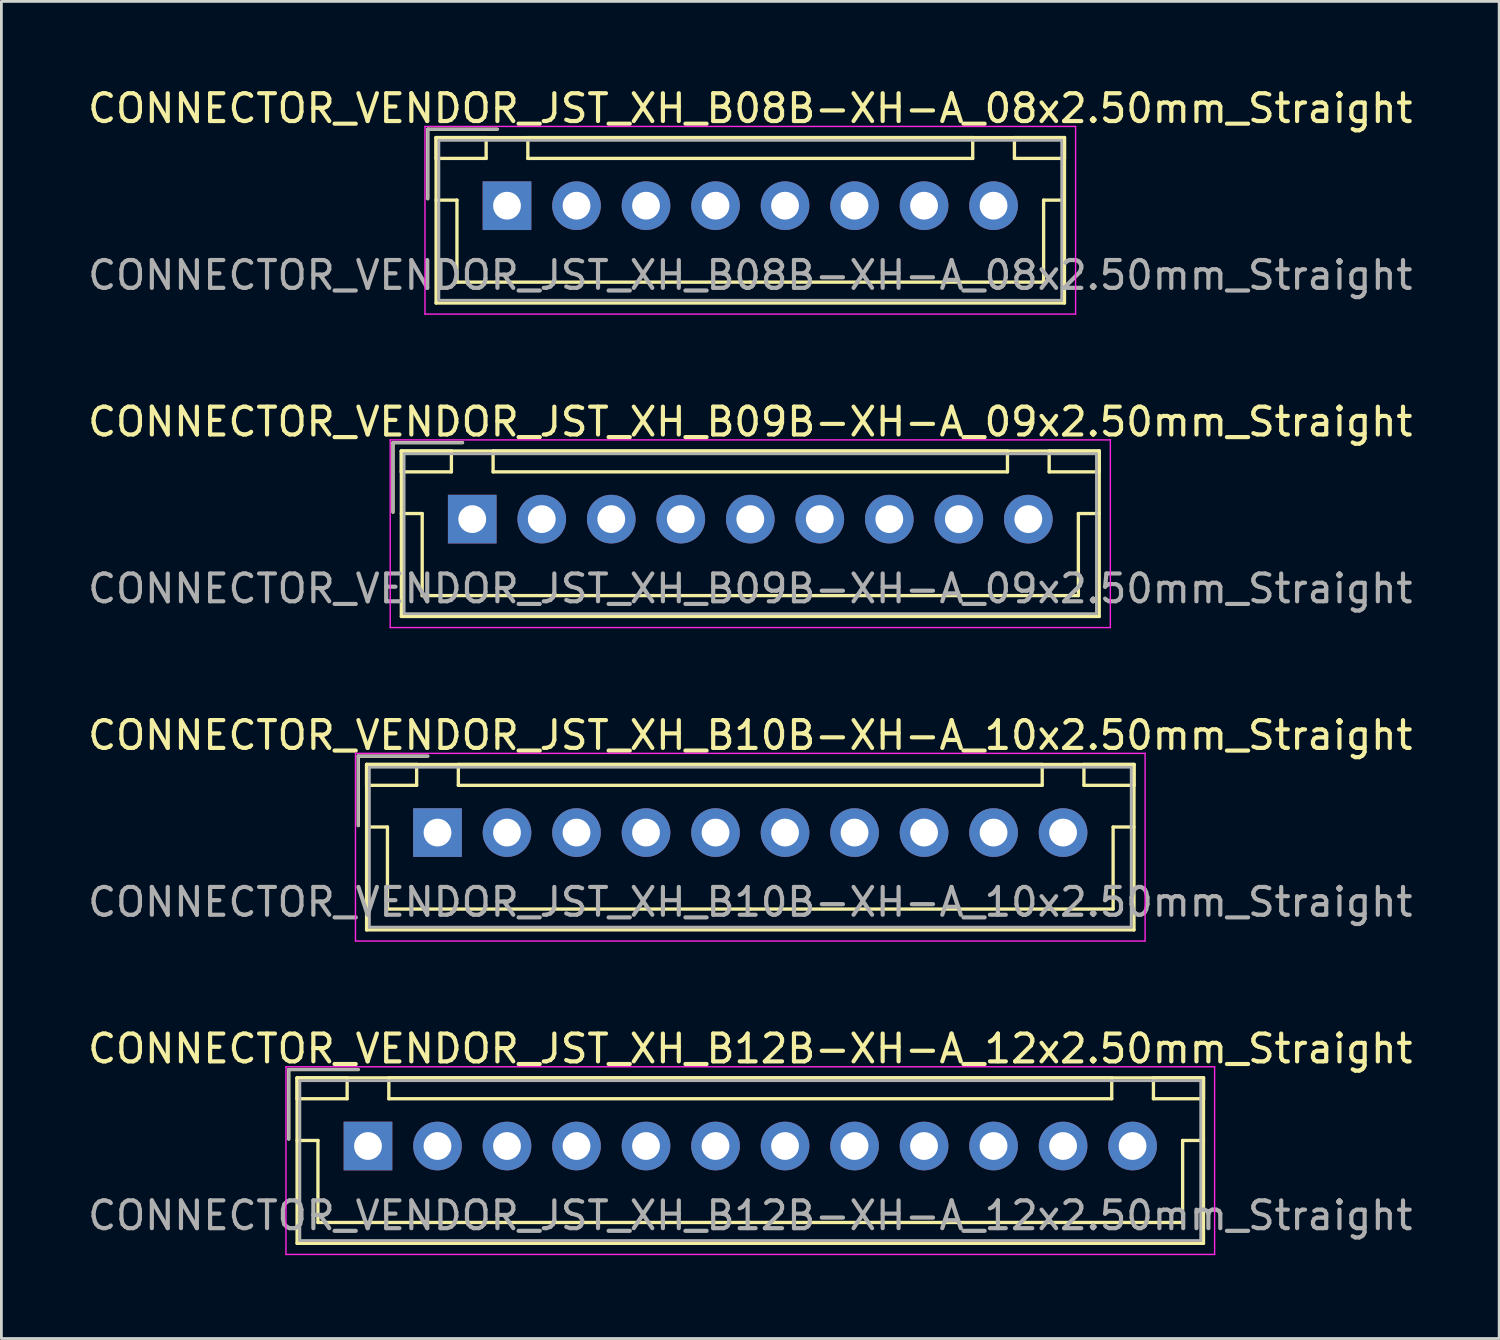
<source format=kicad_pcb>
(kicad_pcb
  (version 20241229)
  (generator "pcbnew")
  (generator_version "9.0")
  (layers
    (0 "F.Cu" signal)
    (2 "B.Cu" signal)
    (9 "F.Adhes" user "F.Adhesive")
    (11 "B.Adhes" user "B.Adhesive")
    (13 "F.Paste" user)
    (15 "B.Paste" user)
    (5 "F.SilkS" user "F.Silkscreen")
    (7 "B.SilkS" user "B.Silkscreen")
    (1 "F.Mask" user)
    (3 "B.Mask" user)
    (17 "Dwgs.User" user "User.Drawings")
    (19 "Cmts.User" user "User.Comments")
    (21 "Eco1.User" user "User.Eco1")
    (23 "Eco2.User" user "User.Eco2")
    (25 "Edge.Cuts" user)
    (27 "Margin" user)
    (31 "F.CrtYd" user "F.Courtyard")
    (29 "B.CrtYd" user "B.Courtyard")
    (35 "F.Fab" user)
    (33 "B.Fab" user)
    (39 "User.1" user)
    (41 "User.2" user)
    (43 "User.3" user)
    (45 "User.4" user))
  (footprint "CONNECTOR_VENDOR_JST_XH_B09B-XH-A_09x2.50mm_Straight"
    (layer "F.Cu")
    (at 13.935 15.621)
    (property "Reference" "CONNECTOR_VENDOR_JST_XH_B09B-XH-A_09x2.50mm_Straight" (at 10 -3.5 0) (layer "F.SilkS") (effects (font (size 1 1) (thickness 0.15))))
    (attr through_hole)
    (fp_line (start -2.85 -2.75) (end -2.85 -0.25) (stroke (width 0.12) (type solid)) (layer "F.SilkS"))
    (fp_line (start -2.55 -2.45) (end -2.55 -1.7) (stroke (width 0.12) (type solid)) (layer "F.SilkS"))
    (fp_line (start -2.55 -2.45) (end -2.55 3.5) (stroke (width 0.12) (type solid)) (layer "F.SilkS"))
    (fp_line (start -2.55 -1.7) (end -0.75 -1.7) (stroke (width 0.12) (type solid)) (layer "F.SilkS"))
    (fp_line (start -2.55 -0.2) (end -1.8 -0.2) (stroke (width 0.12) (type solid)) (layer "F.SilkS"))
    (fp_line (start -2.55 3.5) (end 22.55 3.5) (stroke (width 0.12) (type solid)) (layer "F.SilkS"))
    (fp_line (start -1.8 -0.2) (end -1.8 2.75) (stroke (width 0.12) (type solid)) (layer "F.SilkS"))
    (fp_line (start -1.8 2.75) (end 10 2.75) (stroke (width 0.12) (type solid)) (layer "F.SilkS"))
    (fp_line (start -0.75 -2.45) (end -2.55 -2.45) (stroke (width 0.12) (type solid)) (layer "F.SilkS"))
    (fp_line (start -0.75 -1.7) (end -0.75 -2.45) (stroke (width 0.12) (type solid)) (layer "F.SilkS"))
    (fp_line (start -0.35 -2.75) (end -2.85 -2.75) (stroke (width 0.12) (type solid)) (layer "F.SilkS"))
    (fp_line (start 0.75 -2.45) (end 0.75 -1.7) (stroke (width 0.12) (type solid)) (layer "F.SilkS"))
    (fp_line (start 0.75 -1.7) (end 19.25 -1.7) (stroke (width 0.12) (type solid)) (layer "F.SilkS"))
    (fp_line (start 19.25 -2.45) (end 0.75 -2.45) (stroke (width 0.12) (type solid)) (layer "F.SilkS"))
    (fp_line (start 19.25 -1.7) (end 19.25 -2.45) (stroke (width 0.12) (type solid)) (layer "F.SilkS"))
    (fp_line (start 20.75 -2.45) (end 20.75 -1.7) (stroke (width 0.12) (type solid)) (layer "F.SilkS"))
    (fp_line (start 20.75 -1.7) (end 22.55 -1.7) (stroke (width 0.12) (type solid)) (layer "F.SilkS"))
    (fp_line (start 21.8 -0.2) (end 21.8 2.75) (stroke (width 0.12) (type solid)) (layer "F.SilkS"))
    (fp_line (start 21.8 2.75) (end 10 2.75) (stroke (width 0.12) (type solid)) (layer "F.SilkS"))
    (fp_line (start 22.55 -2.45) (end -2.55 -2.45) (stroke (width 0.12) (type solid)) (layer "F.SilkS"))
    (fp_line (start 22.55 -2.45) (end 20.75 -2.45) (stroke (width 0.12) (type solid)) (layer "F.SilkS"))
    (fp_line (start 22.55 -1.7) (end 22.55 -2.45) (stroke (width 0.12) (type solid)) (layer "F.SilkS"))
    (fp_line (start 22.55 -0.2) (end 21.8 -0.2) (stroke (width 0.12) (type solid)) (layer "F.SilkS"))
    (fp_line (start 22.55 3.5) (end 22.55 -2.45) (stroke (width 0.12) (type solid)) (layer "F.SilkS"))
    (fp_line (start -2.95 -2.85) (end -2.95 3.9) (stroke (width 0.05) (type solid)) (layer "F.CrtYd"))
    (fp_line (start -2.95 3.9) (end 22.95 3.9) (stroke (width 0.05) (type solid)) (layer "F.CrtYd"))
    (fp_line (start 22.95 -2.85) (end -2.95 -2.85) (stroke (width 0.05) (type solid)) (layer "F.CrtYd"))
    (fp_line (start 22.95 3.9) (end 22.95 -2.85) (stroke (width 0.05) (type solid)) (layer "F.CrtYd"))
    (fp_line (start -2.85 -2.75) (end -2.85 -0.25) (stroke (width 0.1) (type solid)) (layer "F.Fab"))
    (fp_line (start -2.45 -2.35) (end -2.45 3.4) (stroke (width 0.1) (type solid)) (layer "F.Fab"))
    (fp_line (start -2.45 3.4) (end 22.45 3.4) (stroke (width 0.1) (type solid)) (layer "F.Fab"))
    (fp_line (start -0.35 -2.75) (end -2.85 -2.75) (stroke (width 0.1) (type solid)) (layer "F.Fab"))
    (fp_line (start 22.45 -2.35) (end -2.45 -2.35) (stroke (width 0.1) (type solid)) (layer "F.Fab"))
    (fp_line (start 22.45 3.4) (end 22.45 -2.35) (stroke (width 0.1) (type solid)) (layer "F.Fab"))
    (fp_text user "${REFERENCE}" (at 10 2.5 0) (layer "F.Fab") (effects (font (size 1 1) (thickness 0.15))))
    (pad "1" thru_hole rect (at 0 0) (size 1.75 1.75) (drill 1) (layers "*.Cu" "*.Mask"))
    (pad "2" thru_hole circle (at 2.5 0) (size 1.75 1.75) (drill 1) (layers "*.Cu" "*.Mask"))
    (pad "3" thru_hole circle (at 5 0) (size 1.75 1.75) (drill 1) (layers "*.Cu" "*.Mask"))
    (pad "4" thru_hole circle (at 7.5 0) (size 1.75 1.75) (drill 1) (layers "*.Cu" "*.Mask"))
    (pad "5" thru_hole circle (at 10 0) (size 1.75 1.75) (drill 1) (layers "*.Cu" "*.Mask"))
    (pad "6" thru_hole circle (at 12.5 0) (size 1.75 1.75) (drill 1) (layers "*.Cu" "*.Mask"))
    (pad "7" thru_hole circle (at 15 0) (size 1.75 1.75) (drill 1) (layers "*.Cu" "*.Mask"))
    (pad "8" thru_hole circle (at 17.5 0) (size 1.75 1.75) (drill 1) (layers "*.Cu" "*.Mask"))
    (pad "9" thru_hole circle (at 20 0) (size 1.75 1.75) (drill 1) (layers "*.Cu" "*.Mask")))
  (footprint "CONNECTOR_VENDOR_JST_XH_B08B-XH-A_08x2.50mm_Straight"
    (layer "F.Cu")
    (at 15.185 4.348)
    (property "Reference" "CONNECTOR_VENDOR_JST_XH_B08B-XH-A_08x2.50mm_Straight" (at 8.75 -3.5 0) (layer "F.SilkS") (effects (font (size 1 1) (thickness 0.15))))
    (attr through_hole)
    (fp_line (start -2.85 -2.75) (end -2.85 -0.25) (stroke (width 0.12) (type solid)) (layer "F.SilkS"))
    (fp_line (start -2.55 -2.45) (end -2.55 -1.7) (stroke (width 0.12) (type solid)) (layer "F.SilkS"))
    (fp_line (start -2.55 -2.45) (end -2.55 3.5) (stroke (width 0.12) (type solid)) (layer "F.SilkS"))
    (fp_line (start -2.55 -1.7) (end -0.75 -1.7) (stroke (width 0.12) (type solid)) (layer "F.SilkS"))
    (fp_line (start -2.55 -0.2) (end -1.8 -0.2) (stroke (width 0.12) (type solid)) (layer "F.SilkS"))
    (fp_line (start -2.55 3.5) (end 20.05 3.5) (stroke (width 0.12) (type solid)) (layer "F.SilkS"))
    (fp_line (start -1.8 -0.2) (end -1.8 2.75) (stroke (width 0.12) (type solid)) (layer "F.SilkS"))
    (fp_line (start -1.8 2.75) (end 8.75 2.75) (stroke (width 0.12) (type solid)) (layer "F.SilkS"))
    (fp_line (start -0.75 -2.45) (end -2.55 -2.45) (stroke (width 0.12) (type solid)) (layer "F.SilkS"))
    (fp_line (start -0.75 -1.7) (end -0.75 -2.45) (stroke (width 0.12) (type solid)) (layer "F.SilkS"))
    (fp_line (start -0.35 -2.75) (end -2.85 -2.75) (stroke (width 0.12) (type solid)) (layer "F.SilkS"))
    (fp_line (start 0.75 -2.45) (end 0.75 -1.7) (stroke (width 0.12) (type solid)) (layer "F.SilkS"))
    (fp_line (start 0.75 -1.7) (end 16.75 -1.7) (stroke (width 0.12) (type solid)) (layer "F.SilkS"))
    (fp_line (start 16.75 -2.45) (end 0.75 -2.45) (stroke (width 0.12) (type solid)) (layer "F.SilkS"))
    (fp_line (start 16.75 -1.7) (end 16.75 -2.45) (stroke (width 0.12) (type solid)) (layer "F.SilkS"))
    (fp_line (start 18.25 -2.45) (end 18.25 -1.7) (stroke (width 0.12) (type solid)) (layer "F.SilkS"))
    (fp_line (start 18.25 -1.7) (end 20.05 -1.7) (stroke (width 0.12) (type solid)) (layer "F.SilkS"))
    (fp_line (start 19.3 -0.2) (end 19.3 2.75) (stroke (width 0.12) (type solid)) (layer "F.SilkS"))
    (fp_line (start 19.3 2.75) (end 8.75 2.75) (stroke (width 0.12) (type solid)) (layer "F.SilkS"))
    (fp_line (start 20.05 -2.45) (end -2.55 -2.45) (stroke (width 0.12) (type solid)) (layer "F.SilkS"))
    (fp_line (start 20.05 -2.45) (end 18.25 -2.45) (stroke (width 0.12) (type solid)) (layer "F.SilkS"))
    (fp_line (start 20.05 -1.7) (end 20.05 -2.45) (stroke (width 0.12) (type solid)) (layer "F.SilkS"))
    (fp_line (start 20.05 -0.2) (end 19.3 -0.2) (stroke (width 0.12) (type solid)) (layer "F.SilkS"))
    (fp_line (start 20.05 3.5) (end 20.05 -2.45) (stroke (width 0.12) (type solid)) (layer "F.SilkS"))
    (fp_line (start -2.95 -2.85) (end -2.95 3.9) (stroke (width 0.05) (type solid)) (layer "F.CrtYd"))
    (fp_line (start -2.95 3.9) (end 20.45 3.9) (stroke (width 0.05) (type solid)) (layer "F.CrtYd"))
    (fp_line (start 20.45 -2.85) (end -2.95 -2.85) (stroke (width 0.05) (type solid)) (layer "F.CrtYd"))
    (fp_line (start 20.45 3.9) (end 20.45 -2.85) (stroke (width 0.05) (type solid)) (layer "F.CrtYd"))
    (fp_line (start -2.85 -2.75) (end -2.85 -0.25) (stroke (width 0.1) (type solid)) (layer "F.Fab"))
    (fp_line (start -2.45 -2.35) (end -2.45 3.4) (stroke (width 0.1) (type solid)) (layer "F.Fab"))
    (fp_line (start -2.45 3.4) (end 19.95 3.4) (stroke (width 0.1) (type solid)) (layer "F.Fab"))
    (fp_line (start -0.35 -2.75) (end -2.85 -2.75) (stroke (width 0.1) (type solid)) (layer "F.Fab"))
    (fp_line (start 19.95 -2.35) (end -2.45 -2.35) (stroke (width 0.1) (type solid)) (layer "F.Fab"))
    (fp_line (start 19.95 3.4) (end 19.95 -2.35) (stroke (width 0.1) (type solid)) (layer "F.Fab"))
    (fp_text user "${REFERENCE}" (at 8.75 2.5 0) (layer "F.Fab") (effects (font (size 1 1) (thickness 0.15))))
    (pad "1" thru_hole rect (at 0 0) (size 1.75 1.75) (drill 1) (layers "*.Cu" "*.Mask"))
    (pad "2" thru_hole circle (at 2.5 0) (size 1.75 1.75) (drill 1) (layers "*.Cu" "*.Mask"))
    (pad "3" thru_hole circle (at 5 0) (size 1.75 1.75) (drill 1) (layers "*.Cu" "*.Mask"))
    (pad "4" thru_hole circle (at 7.5 0) (size 1.75 1.75) (drill 1) (layers "*.Cu" "*.Mask"))
    (pad "5" thru_hole circle (at 10 0) (size 1.75 1.75) (drill 1) (layers "*.Cu" "*.Mask"))
    (pad "6" thru_hole circle (at 12.5 0) (size 1.75 1.75) (drill 1) (layers "*.Cu" "*.Mask"))
    (pad "7" thru_hole circle (at 15 0) (size 1.75 1.75) (drill 1) (layers "*.Cu" "*.Mask"))
    (pad "8" thru_hole circle (at 17.5 0) (size 1.75 1.75) (drill 1) (layers "*.Cu" "*.Mask")))
  (footprint "CONNECTOR_VENDOR_JST_XH_B10B-XH-A_10x2.50mm_Straight"
    (layer "F.Cu")
    (at 12.685 26.895)
    (property "Reference" "CONNECTOR_VENDOR_JST_XH_B10B-XH-A_10x2.50mm_Straight" (at 11.25 -3.5 0) (layer "F.SilkS") (effects (font (size 1 1) (thickness 0.15))))
    (attr through_hole)
    (fp_line (start -2.85 -2.75) (end -2.85 -0.25) (stroke (width 0.12) (type solid)) (layer "F.SilkS"))
    (fp_line (start -2.55 -2.45) (end -2.55 -1.7) (stroke (width 0.12) (type solid)) (layer "F.SilkS"))
    (fp_line (start -2.55 -2.45) (end -2.55 3.5) (stroke (width 0.12) (type solid)) (layer "F.SilkS"))
    (fp_line (start -2.55 -1.7) (end -0.75 -1.7) (stroke (width 0.12) (type solid)) (layer "F.SilkS"))
    (fp_line (start -2.55 -0.2) (end -1.8 -0.2) (stroke (width 0.12) (type solid)) (layer "F.SilkS"))
    (fp_line (start -2.55 3.5) (end 25.05 3.5) (stroke (width 0.12) (type solid)) (layer "F.SilkS"))
    (fp_line (start -1.8 -0.2) (end -1.8 2.75) (stroke (width 0.12) (type solid)) (layer "F.SilkS"))
    (fp_line (start -1.8 2.75) (end 11.25 2.75) (stroke (width 0.12) (type solid)) (layer "F.SilkS"))
    (fp_line (start -0.75 -2.45) (end -2.55 -2.45) (stroke (width 0.12) (type solid)) (layer "F.SilkS"))
    (fp_line (start -0.75 -1.7) (end -0.75 -2.45) (stroke (width 0.12) (type solid)) (layer "F.SilkS"))
    (fp_line (start -0.35 -2.75) (end -2.85 -2.75) (stroke (width 0.12) (type solid)) (layer "F.SilkS"))
    (fp_line (start 0.75 -2.45) (end 0.75 -1.7) (stroke (width 0.12) (type solid)) (layer "F.SilkS"))
    (fp_line (start 0.75 -1.7) (end 21.75 -1.7) (stroke (width 0.12) (type solid)) (layer "F.SilkS"))
    (fp_line (start 21.75 -2.45) (end 0.75 -2.45) (stroke (width 0.12) (type solid)) (layer "F.SilkS"))
    (fp_line (start 21.75 -1.7) (end 21.75 -2.45) (stroke (width 0.12) (type solid)) (layer "F.SilkS"))
    (fp_line (start 23.25 -2.45) (end 23.25 -1.7) (stroke (width 0.12) (type solid)) (layer "F.SilkS"))
    (fp_line (start 23.25 -1.7) (end 25.05 -1.7) (stroke (width 0.12) (type solid)) (layer "F.SilkS"))
    (fp_line (start 24.3 -0.2) (end 24.3 2.75) (stroke (width 0.12) (type solid)) (layer "F.SilkS"))
    (fp_line (start 24.3 2.75) (end 11.25 2.75) (stroke (width 0.12) (type solid)) (layer "F.SilkS"))
    (fp_line (start 25.05 -2.45) (end -2.55 -2.45) (stroke (width 0.12) (type solid)) (layer "F.SilkS"))
    (fp_line (start 25.05 -2.45) (end 23.25 -2.45) (stroke (width 0.12) (type solid)) (layer "F.SilkS"))
    (fp_line (start 25.05 -1.7) (end 25.05 -2.45) (stroke (width 0.12) (type solid)) (layer "F.SilkS"))
    (fp_line (start 25.05 -0.2) (end 24.3 -0.2) (stroke (width 0.12) (type solid)) (layer "F.SilkS"))
    (fp_line (start 25.05 3.5) (end 25.05 -2.45) (stroke (width 0.12) (type solid)) (layer "F.SilkS"))
    (fp_line (start -2.95 -2.85) (end -2.95 3.9) (stroke (width 0.05) (type solid)) (layer "F.CrtYd"))
    (fp_line (start -2.95 3.9) (end 25.45 3.9) (stroke (width 0.05) (type solid)) (layer "F.CrtYd"))
    (fp_line (start 25.45 -2.85) (end -2.95 -2.85) (stroke (width 0.05) (type solid)) (layer "F.CrtYd"))
    (fp_line (start 25.45 3.9) (end 25.45 -2.85) (stroke (width 0.05) (type solid)) (layer "F.CrtYd"))
    (fp_line (start -2.85 -2.75) (end -2.85 -0.25) (stroke (width 0.1) (type solid)) (layer "F.Fab"))
    (fp_line (start -2.45 -2.35) (end -2.45 3.4) (stroke (width 0.1) (type solid)) (layer "F.Fab"))
    (fp_line (start -2.45 3.4) (end 24.95 3.4) (stroke (width 0.1) (type solid)) (layer "F.Fab"))
    (fp_line (start -0.35 -2.75) (end -2.85 -2.75) (stroke (width 0.1) (type solid)) (layer "F.Fab"))
    (fp_line (start 24.95 -2.35) (end -2.45 -2.35) (stroke (width 0.1) (type solid)) (layer "F.Fab"))
    (fp_line (start 24.95 3.4) (end 24.95 -2.35) (stroke (width 0.1) (type solid)) (layer "F.Fab"))
    (fp_text user "${REFERENCE}" (at 11.25 2.5 0) (layer "F.Fab") (effects (font (size 1 1) (thickness 0.15))))
    (pad "1" thru_hole rect (at 0 0) (size 1.75 1.75) (drill 1) (layers "*.Cu" "*.Mask"))
    (pad "2" thru_hole circle (at 2.5 0) (size 1.75 1.75) (drill 1) (layers "*.Cu" "*.Mask"))
    (pad "3" thru_hole circle (at 5 0) (size 1.75 1.75) (drill 1) (layers "*.Cu" "*.Mask"))
    (pad "4" thru_hole circle (at 7.5 0) (size 1.75 1.75) (drill 1) (layers "*.Cu" "*.Mask"))
    (pad "5" thru_hole circle (at 10 0) (size 1.75 1.75) (drill 1) (layers "*.Cu" "*.Mask"))
    (pad "6" thru_hole circle (at 12.5 0) (size 1.75 1.75) (drill 1) (layers "*.Cu" "*.Mask"))
    (pad "7" thru_hole circle (at 15 0) (size 1.75 1.75) (drill 1) (layers "*.Cu" "*.Mask"))
    (pad "8" thru_hole circle (at 17.5 0) (size 1.75 1.75) (drill 1) (layers "*.Cu" "*.Mask"))
    (pad "9" thru_hole circle (at 20 0) (size 1.75 1.75) (drill 1) (layers "*.Cu" "*.Mask"))
    (pad "10" thru_hole circle (at 22.5 0) (size 1.75 1.75) (drill 1) (layers "*.Cu" "*.Mask")))
  (footprint "CONNECTOR_VENDOR_JST_XH_B12B-XH-A_12x2.50mm_Straight"
    (layer "F.Cu")
    (at 10.185 38.168)
    (property "Reference" "CONNECTOR_VENDOR_JST_XH_B12B-XH-A_12x2.50mm_Straight" (at 13.75 -3.5 0) (layer "F.SilkS") (effects (font (size 1 1) (thickness 0.15))))
    (attr through_hole)
    (fp_line (start -2.85 -2.75) (end -2.85 -0.25) (stroke (width 0.12) (type solid)) (layer "F.SilkS"))
    (fp_line (start -2.55 -2.45) (end -2.55 -1.7) (stroke (width 0.12) (type solid)) (layer "F.SilkS"))
    (fp_line (start -2.55 -2.45) (end -2.55 3.5) (stroke (width 0.12) (type solid)) (layer "F.SilkS"))
    (fp_line (start -2.55 -1.7) (end -0.75 -1.7) (stroke (width 0.12) (type solid)) (layer "F.SilkS"))
    (fp_line (start -2.55 -0.2) (end -1.8 -0.2) (stroke (width 0.12) (type solid)) (layer "F.SilkS"))
    (fp_line (start -2.55 3.5) (end 30.05 3.5) (stroke (width 0.12) (type solid)) (layer "F.SilkS"))
    (fp_line (start -1.8 -0.2) (end -1.8 2.75) (stroke (width 0.12) (type solid)) (layer "F.SilkS"))
    (fp_line (start -1.8 2.75) (end 13.75 2.75) (stroke (width 0.12) (type solid)) (layer "F.SilkS"))
    (fp_line (start -0.75 -2.45) (end -2.55 -2.45) (stroke (width 0.12) (type solid)) (layer "F.SilkS"))
    (fp_line (start -0.75 -1.7) (end -0.75 -2.45) (stroke (width 0.12) (type solid)) (layer "F.SilkS"))
    (fp_line (start -0.35 -2.75) (end -2.85 -2.75) (stroke (width 0.12) (type solid)) (layer "F.SilkS"))
    (fp_line (start 0.75 -2.45) (end 0.75 -1.7) (stroke (width 0.12) (type solid)) (layer "F.SilkS"))
    (fp_line (start 0.75 -1.7) (end 26.75 -1.7) (stroke (width 0.12) (type solid)) (layer "F.SilkS"))
    (fp_line (start 26.75 -2.45) (end 0.75 -2.45) (stroke (width 0.12) (type solid)) (layer "F.SilkS"))
    (fp_line (start 26.75 -1.7) (end 26.75 -2.45) (stroke (width 0.12) (type solid)) (layer "F.SilkS"))
    (fp_line (start 28.25 -2.45) (end 28.25 -1.7) (stroke (width 0.12) (type solid)) (layer "F.SilkS"))
    (fp_line (start 28.25 -1.7) (end 30.05 -1.7) (stroke (width 0.12) (type solid)) (layer "F.SilkS"))
    (fp_line (start 29.3 -0.2) (end 29.3 2.75) (stroke (width 0.12) (type solid)) (layer "F.SilkS"))
    (fp_line (start 29.3 2.75) (end 13.75 2.75) (stroke (width 0.12) (type solid)) (layer "F.SilkS"))
    (fp_line (start 30.05 -2.45) (end -2.55 -2.45) (stroke (width 0.12) (type solid)) (layer "F.SilkS"))
    (fp_line (start 30.05 -2.45) (end 28.25 -2.45) (stroke (width 0.12) (type solid)) (layer "F.SilkS"))
    (fp_line (start 30.05 -1.7) (end 30.05 -2.45) (stroke (width 0.12) (type solid)) (layer "F.SilkS"))
    (fp_line (start 30.05 -0.2) (end 29.3 -0.2) (stroke (width 0.12) (type solid)) (layer "F.SilkS"))
    (fp_line (start 30.05 3.5) (end 30.05 -2.45) (stroke (width 0.12) (type solid)) (layer "F.SilkS"))
    (fp_line (start -2.95 -2.85) (end -2.95 3.9) (stroke (width 0.05) (type solid)) (layer "F.CrtYd"))
    (fp_line (start -2.95 3.9) (end 30.45 3.9) (stroke (width 0.05) (type solid)) (layer "F.CrtYd"))
    (fp_line (start 30.45 -2.85) (end -2.95 -2.85) (stroke (width 0.05) (type solid)) (layer "F.CrtYd"))
    (fp_line (start 30.45 3.9) (end 30.45 -2.85) (stroke (width 0.05) (type solid)) (layer "F.CrtYd"))
    (fp_line (start -2.85 -2.75) (end -2.85 -0.25) (stroke (width 0.1) (type solid)) (layer "F.Fab"))
    (fp_line (start -2.45 -2.35) (end -2.45 3.4) (stroke (width 0.1) (type solid)) (layer "F.Fab"))
    (fp_line (start -2.45 3.4) (end 29.95 3.4) (stroke (width 0.1) (type solid)) (layer "F.Fab"))
    (fp_line (start -0.35 -2.75) (end -2.85 -2.75) (stroke (width 0.1) (type solid)) (layer "F.Fab"))
    (fp_line (start 29.95 -2.35) (end -2.45 -2.35) (stroke (width 0.1) (type solid)) (layer "F.Fab"))
    (fp_line (start 29.95 3.4) (end 29.95 -2.35) (stroke (width 0.1) (type solid)) (layer "F.Fab"))
    (fp_text user "${REFERENCE}" (at 13.75 2.5 0) (layer "F.Fab") (effects (font (size 1 1) (thickness 0.15))))
    (pad "1" thru_hole rect (at 0 0) (size 1.75 1.75) (drill 1) (layers "*.Cu" "*.Mask"))
    (pad "2" thru_hole circle (at 2.5 0) (size 1.75 1.75) (drill 1) (layers "*.Cu" "*.Mask"))
    (pad "3" thru_hole circle (at 5 0) (size 1.75 1.75) (drill 1) (layers "*.Cu" "*.Mask"))
    (pad "4" thru_hole circle (at 7.5 0) (size 1.75 1.75) (drill 1) (layers "*.Cu" "*.Mask"))
    (pad "5" thru_hole circle (at 10 0) (size 1.75 1.75) (drill 1) (layers "*.Cu" "*.Mask"))
    (pad "6" thru_hole circle (at 12.5 0) (size 1.75 1.75) (drill 1) (layers "*.Cu" "*.Mask"))
    (pad "7" thru_hole circle (at 15 0) (size 1.75 1.75) (drill 1) (layers "*.Cu" "*.Mask"))
    (pad "8" thru_hole circle (at 17.5 0) (size 1.75 1.75) (drill 1) (layers "*.Cu" "*.Mask"))
    (pad "9" thru_hole circle (at 20 0) (size 1.75 1.75) (drill 1) (layers "*.Cu" "*.Mask"))
    (pad "10" thru_hole circle (at 22.5 0) (size 1.75 1.75) (drill 1) (layers "*.Cu" "*.Mask"))
    (pad "11" thru_hole circle (at 25 0) (size 1.75 1.75) (drill 1) (layers "*.Cu" "*.Mask"))
    (pad "12" thru_hole circle (at 27.5 0) (size 1.75 1.75) (drill 1) (layers "*.Cu" "*.Mask")))
  (gr_rect
    (start -3 -3)
    (end 50.869 45.093)
    (stroke (width 0.1) (type default))
    (fill no)
    (layer "Edge.Cuts")))
</source>
